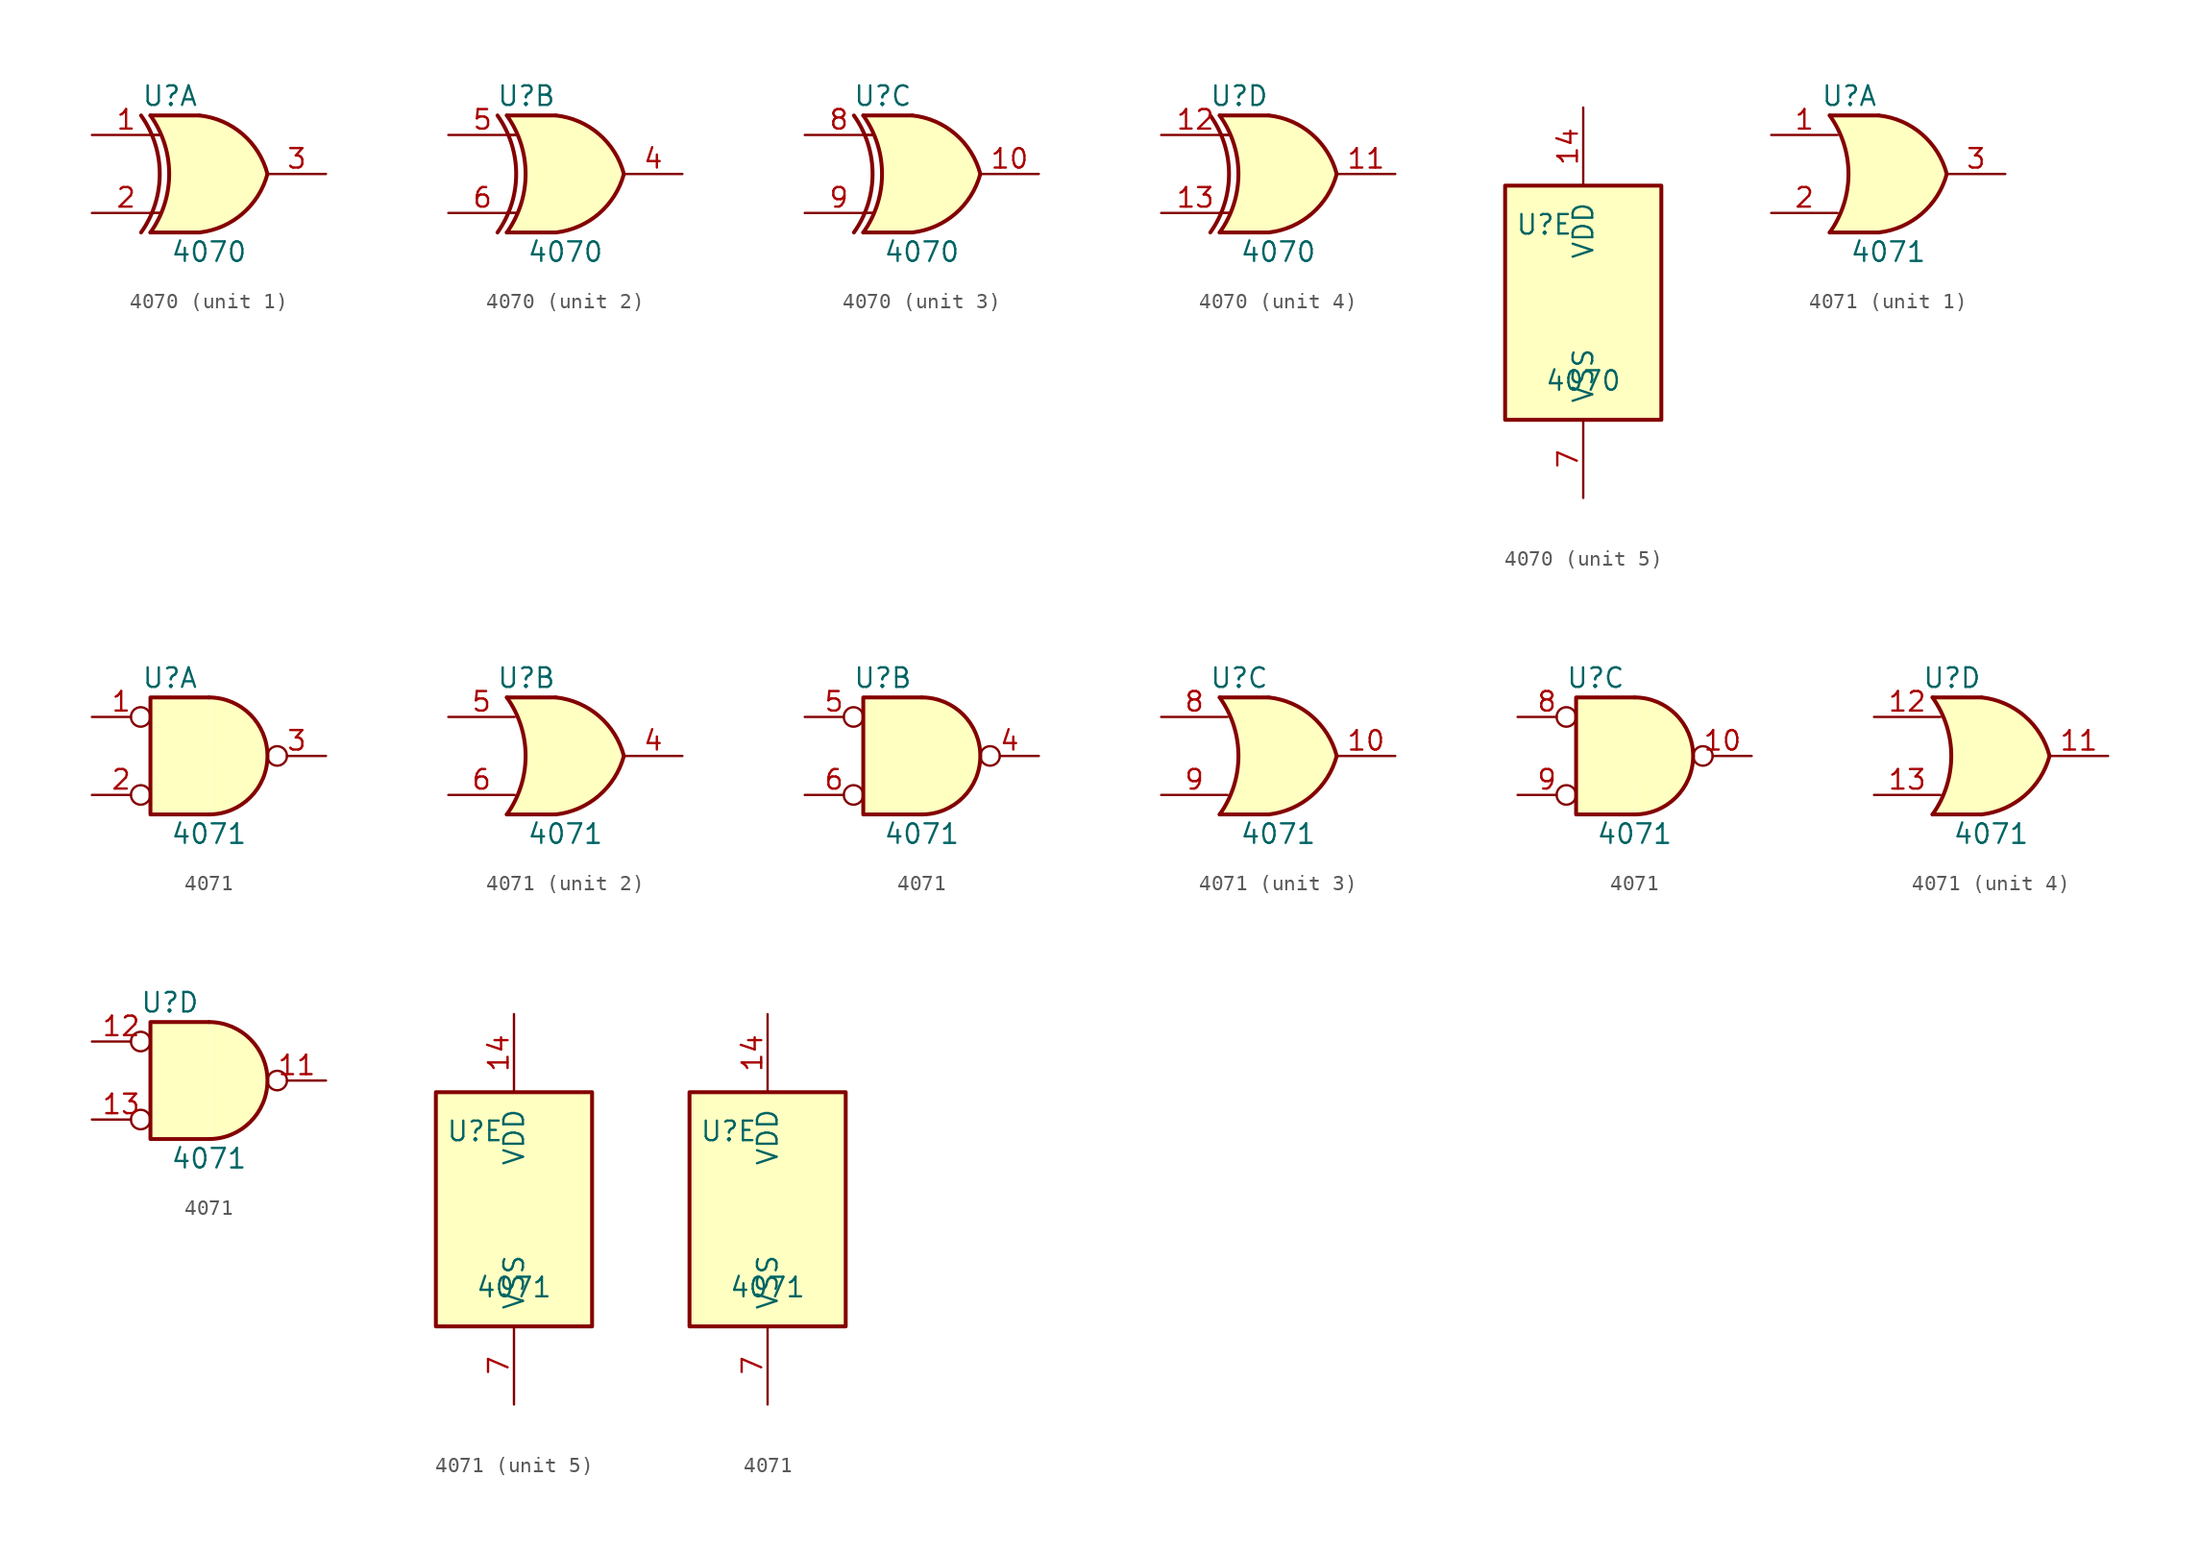
<source format=kicad_sym>
(kicad_symbol_lib
  (version 20211014)
  (generator kicad_symbol_editor)
  (symbol "4070"
    (pin_names
      (offset 1.016))
    (property "Reference" "U"
      (at -2.54 5.08 0)
      (effects (font (size 1.27 1.27))))
    (property "Value" "4070"
      (at 0 -5.08 0)
      (effects (font (size 1.27 1.27))))
    (property "ki_locked" ""
      (at 0 0 0)
      (effects (font (size 1.27 1.27))))
    (symbol "4070_1_0"
      (arc (start -4.4196 -3.81) (mid -3.2033 0) (end -4.4196 3.81) (stroke (width 0.254) (type default) (color 0 0 0 0)) (fill (type none)))
      (arc (start -3.81 -3.81) (mid -2.589 0) (end -3.81 3.81) (stroke (width 0.254) (type default) (color 0 0 0 0)) (fill (type none)))
      (arc (start -0.6096 -3.81) (mid 2.1842 -2.5851) (end 3.81 0) (stroke (width 0.254) (type default) (color 0 0 0 0)) (fill (type background)))
      (polyline (pts (xy -3.81 -3.81) (xy -0.635 -3.81)) (stroke (width 0.254) (type default) (color 0 0 0 0)) (fill (type background)))
      (polyline (pts (xy -3.81 3.81) (xy -0.635 3.81)) (stroke (width 0.254) (type default) (color 0 0 0 0)) (fill (type background)))
      (polyline (pts (xy -0.635 3.81) (xy -3.81 3.81) (xy -3.81 3.81) (xy -3.556 3.404) (xy -3.023 2.261) (xy -2.692 1.041) (xy -2.616 -0.254) (xy -2.769 -1.499) (xy -3.175 -2.718) (xy -3.81 -3.81) (xy -3.81 -3.81) (xy -0.635 -3.81)) (stroke (width -25.4) (type default) (color 0 0 0 0)) (fill (type background)))
      (arc (start 3.81 0) (mid 2.1915 2.5936) (end -0.6096 3.81) (stroke (width 0.254) (type default) (color 0 0 0 0)) (fill (type background)))
      (pin input line (at -7.62 2.54 0) (length 4.445) (name "~" (effects (font (size 1.27 1.27)))) (number "1" (effects (font (size 1.27 1.27)))))
      (pin input line (at -7.62 -2.54 0) (length 4.445) (name "~" (effects (font (size 1.27 1.27)))) (number "2" (effects (font (size 1.27 1.27)))))
      (pin output line (at 7.62 0 180) (length 3.81) (name "~" (effects (font (size 1.27 1.27)))) (number "3" (effects (font (size 1.27 1.27))))))
    (symbol "4070_1_1"
      (polyline (pts (xy -3.81 -2.54) (xy -3.175 -2.54)) (stroke (width 0.152) (type default) (color 0 0 0 0)) (fill (type none)))
      (polyline (pts (xy -3.81 2.54) (xy -3.175 2.54)) (stroke (width 0.152) (type default) (color 0 0 0 0)) (fill (type none))))
    (symbol "4070_2_0"
      (arc (start -4.4196 -3.81) (mid -3.2033 0) (end -4.4196 3.81) (stroke (width 0.254) (type default) (color 0 0 0 0)) (fill (type none)))
      (arc (start -3.81 -3.81) (mid -2.589 0) (end -3.81 3.81) (stroke (width 0.254) (type default) (color 0 0 0 0)) (fill (type none)))
      (arc (start -0.6096 -3.81) (mid 2.1842 -2.5851) (end 3.81 0) (stroke (width 0.254) (type default) (color 0 0 0 0)) (fill (type background)))
      (polyline (pts (xy -3.81 -3.81) (xy -0.635 -3.81)) (stroke (width 0.254) (type default) (color 0 0 0 0)) (fill (type background)))
      (polyline (pts (xy -3.81 3.81) (xy -0.635 3.81)) (stroke (width 0.254) (type default) (color 0 0 0 0)) (fill (type background)))
      (polyline (pts (xy -0.635 3.81) (xy -3.81 3.81) (xy -3.81 3.81) (xy -3.556 3.404) (xy -3.023 2.261) (xy -2.692 1.041) (xy -2.616 -0.254) (xy -2.769 -1.499) (xy -3.175 -2.718) (xy -3.81 -3.81) (xy -3.81 -3.81) (xy -0.635 -3.81)) (stroke (width -25.4) (type default) (color 0 0 0 0)) (fill (type background)))
      (arc (start 3.81 0) (mid 2.1915 2.5936) (end -0.6096 3.81) (stroke (width 0.254) (type default) (color 0 0 0 0)) (fill (type background)))
      (pin output line (at 7.62 0 180) (length 3.81) (name "~" (effects (font (size 1.27 1.27)))) (number "4" (effects (font (size 1.27 1.27)))))
      (pin input line (at -7.62 2.54 0) (length 4.445) (name "~" (effects (font (size 1.27 1.27)))) (number "5" (effects (font (size 1.27 1.27)))))
      (pin input line (at -7.62 -2.54 0) (length 4.445) (name "~" (effects (font (size 1.27 1.27)))) (number "6" (effects (font (size 1.27 1.27))))))
    (symbol "4070_2_1"
      (polyline (pts (xy -3.81 -2.54) (xy -3.175 -2.54)) (stroke (width 0.152) (type default) (color 0 0 0 0)) (fill (type none)))
      (polyline (pts (xy -3.81 2.54) (xy -3.175 2.54)) (stroke (width 0.152) (type default) (color 0 0 0 0)) (fill (type none))))
    (symbol "4070_3_0"
      (arc (start -4.4196 -3.81) (mid -3.2033 0) (end -4.4196 3.81) (stroke (width 0.254) (type default) (color 0 0 0 0)) (fill (type none)))
      (arc (start -3.81 -3.81) (mid -2.589 0) (end -3.81 3.81) (stroke (width 0.254) (type default) (color 0 0 0 0)) (fill (type none)))
      (arc (start -0.6096 -3.81) (mid 2.1842 -2.5851) (end 3.81 0) (stroke (width 0.254) (type default) (color 0 0 0 0)) (fill (type background)))
      (polyline (pts (xy -3.81 -3.81) (xy -0.635 -3.81)) (stroke (width 0.254) (type default) (color 0 0 0 0)) (fill (type background)))
      (polyline (pts (xy -3.81 3.81) (xy -0.635 3.81)) (stroke (width 0.254) (type default) (color 0 0 0 0)) (fill (type background)))
      (polyline (pts (xy -0.635 3.81) (xy -3.81 3.81) (xy -3.81 3.81) (xy -3.556 3.404) (xy -3.023 2.261) (xy -2.692 1.041) (xy -2.616 -0.254) (xy -2.769 -1.499) (xy -3.175 -2.718) (xy -3.81 -3.81) (xy -3.81 -3.81) (xy -0.635 -3.81)) (stroke (width -25.4) (type default) (color 0 0 0 0)) (fill (type background)))
      (arc (start 3.81 0) (mid 2.1915 2.5936) (end -0.6096 3.81) (stroke (width 0.254) (type default) (color 0 0 0 0)) (fill (type background)))
      (pin output line (at 7.62 0 180) (length 3.81) (name "~" (effects (font (size 1.27 1.27)))) (number "10" (effects (font (size 1.27 1.27)))))
      (pin input line (at -7.62 2.54 0) (length 4.445) (name "~" (effects (font (size 1.27 1.27)))) (number "8" (effects (font (size 1.27 1.27)))))
      (pin input line (at -7.62 -2.54 0) (length 4.445) (name "~" (effects (font (size 1.27 1.27)))) (number "9" (effects (font (size 1.27 1.27))))))
    (symbol "4070_3_1"
      (polyline (pts (xy -3.81 -2.54) (xy -3.175 -2.54)) (stroke (width 0.152) (type default) (color 0 0 0 0)) (fill (type none)))
      (polyline (pts (xy -3.81 2.54) (xy -3.175 2.54)) (stroke (width 0.152) (type default) (color 0 0 0 0)) (fill (type none))))
    (symbol "4070_4_0"
      (arc (start -4.4196 -3.81) (mid -3.2033 0) (end -4.4196 3.81) (stroke (width 0.254) (type default) (color 0 0 0 0)) (fill (type none)))
      (arc (start -3.81 -3.81) (mid -2.589 0) (end -3.81 3.81) (stroke (width 0.254) (type default) (color 0 0 0 0)) (fill (type none)))
      (arc (start -0.6096 -3.81) (mid 2.1842 -2.5851) (end 3.81 0) (stroke (width 0.254) (type default) (color 0 0 0 0)) (fill (type background)))
      (polyline (pts (xy -3.81 -3.81) (xy -0.635 -3.81)) (stroke (width 0.254) (type default) (color 0 0 0 0)) (fill (type background)))
      (polyline (pts (xy -3.81 3.81) (xy -0.635 3.81)) (stroke (width 0.254) (type default) (color 0 0 0 0)) (fill (type background)))
      (polyline (pts (xy -0.635 3.81) (xy -3.81 3.81) (xy -3.81 3.81) (xy -3.556 3.404) (xy -3.023 2.261) (xy -2.692 1.041) (xy -2.616 -0.254) (xy -2.769 -1.499) (xy -3.175 -2.718) (xy -3.81 -3.81) (xy -3.81 -3.81) (xy -0.635 -3.81)) (stroke (width -25.4) (type default) (color 0 0 0 0)) (fill (type background)))
      (arc (start 3.81 0) (mid 2.1915 2.5936) (end -0.6096 3.81) (stroke (width 0.254) (type default) (color 0 0 0 0)) (fill (type background)))
      (pin output line (at 7.62 0 180) (length 3.81) (name "~" (effects (font (size 1.27 1.27)))) (number "11" (effects (font (size 1.27 1.27)))))
      (pin input line (at -7.62 2.54 0) (length 4.445) (name "~" (effects (font (size 1.27 1.27)))) (number "12" (effects (font (size 1.27 1.27)))))
      (pin input line (at -7.62 -2.54 0) (length 4.445) (name "~" (effects (font (size 1.27 1.27)))) (number "13" (effects (font (size 1.27 1.27))))))
    (symbol "4070_4_1"
      (polyline (pts (xy -3.81 -2.54) (xy -3.175 -2.54)) (stroke (width 0.152) (type default) (color 0 0 0 0)) (fill (type none)))
      (polyline (pts (xy -3.81 2.54) (xy -3.175 2.54)) (stroke (width 0.152) (type default) (color 0 0 0 0)) (fill (type none))))
    (symbol "4070_5_0"
      (pin power_in line (at 0 12.7 270) (length 5.08) (name "VDD" (effects (font (size 1.27 1.27)))) (number "14" (effects (font (size 1.27 1.27)))))
      (pin power_in line (at 0 -12.7 90) (length 5.08) (name "VSS" (effects (font (size 1.27 1.27)))) (number "7" (effects (font (size 1.27 1.27))))))
    (symbol "4070_5_1"
      (rectangle (start -5.08 7.62) (end 5.08 -7.62) (stroke (width 0.254) (type default) (color 0 0 0 0)) (fill (type background)))))
  (symbol "4071"
    (pin_names
      (offset 1.016))
    (property "Reference" "U"
      (at -2.54 5.08 0)
      (effects (font (size 1.27 1.27))))
    (property "Value" "4071"
      (at 0 -5.08 0)
      (effects (font (size 1.27 1.27))))
    (property "ki_locked" ""
      (at 0 0 0)
      (effects (font (size 1.27 1.27))))
    (symbol "4071_1_1"
      (arc (start -3.81 -3.81) (mid -2.589 0) (end -3.81 3.81) (stroke (width 0.254) (type default) (color 0 0 0 0)) (fill (type none)))
      (arc (start -0.6096 -3.81) (mid 2.1842 -2.5851) (end 3.81 0) (stroke (width 0.254) (type default) (color 0 0 0 0)) (fill (type background)))
      (polyline (pts (xy -3.81 -3.81) (xy -0.635 -3.81)) (stroke (width 0.254) (type default) (color 0 0 0 0)) (fill (type background)))
      (polyline (pts (xy -3.81 3.81) (xy -0.635 3.81)) (stroke (width 0.254) (type default) (color 0 0 0 0)) (fill (type background)))
      (polyline (pts (xy -0.635 3.81) (xy -3.81 3.81) (xy -3.81 3.81) (xy -3.556 3.404) (xy -3.023 2.261) (xy -2.692 1.041) (xy -2.616 -0.254) (xy -2.769 -1.499) (xy -3.175 -2.718) (xy -3.81 -3.81) (xy -3.81 -3.81) (xy -0.635 -3.81)) (stroke (width -25.4) (type default) (color 0 0 0 0)) (fill (type background)))
      (arc (start 3.81 0) (mid 2.1915 2.5936) (end -0.6096 3.81) (stroke (width 0.254) (type default) (color 0 0 0 0)) (fill (type background)))
      (pin input line (at -7.62 2.54 0) (length 4.318) (name "~" (effects (font (size 1.27 1.27)))) (number "1" (effects (font (size 1.27 1.27)))))
      (pin input line (at -7.62 -2.54 0) (length 4.318) (name "~" (effects (font (size 1.27 1.27)))) (number "2" (effects (font (size 1.27 1.27)))))
      (pin output line (at 7.62 0 180) (length 3.81) (name "~" (effects (font (size 1.27 1.27)))) (number "3" (effects (font (size 1.27 1.27))))))
    (symbol "4071_1_2"
      (arc (start 0 -3.81) (mid 3.81 0) (end 0 3.81) (stroke (width 0.254) (type default) (color 0 0 0 0)) (fill (type background)))
      (polyline (pts (xy 0 3.81) (xy -3.81 3.81) (xy -3.81 -3.81) (xy 0 -3.81)) (stroke (width 0.254) (type default) (color 0 0 0 0)) (fill (type background)))
      (pin input inverted (at -7.62 2.54 0) (length 3.81) (name "~" (effects (font (size 1.27 1.27)))) (number "1" (effects (font (size 1.27 1.27)))))
      (pin input inverted (at -7.62 -2.54 0) (length 3.81) (name "~" (effects (font (size 1.27 1.27)))) (number "2" (effects (font (size 1.27 1.27)))))
      (pin output inverted (at 7.62 0 180) (length 3.81) (name "~" (effects (font (size 1.27 1.27)))) (number "3" (effects (font (size 1.27 1.27))))))
    (symbol "4071_2_1"
      (arc (start -3.81 -3.81) (mid -2.589 0) (end -3.81 3.81) (stroke (width 0.254) (type default) (color 0 0 0 0)) (fill (type none)))
      (arc (start -0.6096 -3.81) (mid 2.1842 -2.5851) (end 3.81 0) (stroke (width 0.254) (type default) (color 0 0 0 0)) (fill (type background)))
      (polyline (pts (xy -3.81 -3.81) (xy -0.635 -3.81)) (stroke (width 0.254) (type default) (color 0 0 0 0)) (fill (type background)))
      (polyline (pts (xy -3.81 3.81) (xy -0.635 3.81)) (stroke (width 0.254) (type default) (color 0 0 0 0)) (fill (type background)))
      (polyline (pts (xy -0.635 3.81) (xy -3.81 3.81) (xy -3.81 3.81) (xy -3.556 3.404) (xy -3.023 2.261) (xy -2.692 1.041) (xy -2.616 -0.254) (xy -2.769 -1.499) (xy -3.175 -2.718) (xy -3.81 -3.81) (xy -3.81 -3.81) (xy -0.635 -3.81)) (stroke (width -25.4) (type default) (color 0 0 0 0)) (fill (type background)))
      (arc (start 3.81 0) (mid 2.1915 2.5936) (end -0.6096 3.81) (stroke (width 0.254) (type default) (color 0 0 0 0)) (fill (type background)))
      (pin output line (at 7.62 0 180) (length 3.81) (name "~" (effects (font (size 1.27 1.27)))) (number "4" (effects (font (size 1.27 1.27)))))
      (pin input line (at -7.62 2.54 0) (length 4.318) (name "~" (effects (font (size 1.27 1.27)))) (number "5" (effects (font (size 1.27 1.27)))))
      (pin input line (at -7.62 -2.54 0) (length 4.318) (name "~" (effects (font (size 1.27 1.27)))) (number "6" (effects (font (size 1.27 1.27))))))
    (symbol "4071_2_2"
      (arc (start 0 -3.81) (mid 3.81 0) (end 0 3.81) (stroke (width 0.254) (type default) (color 0 0 0 0)) (fill (type background)))
      (polyline (pts (xy 0 3.81) (xy -3.81 3.81) (xy -3.81 -3.81) (xy 0 -3.81)) (stroke (width 0.254) (type default) (color 0 0 0 0)) (fill (type background)))
      (pin output inverted (at 7.62 0 180) (length 3.81) (name "~" (effects (font (size 1.27 1.27)))) (number "4" (effects (font (size 1.27 1.27)))))
      (pin input inverted (at -7.62 2.54 0) (length 3.81) (name "~" (effects (font (size 1.27 1.27)))) (number "5" (effects (font (size 1.27 1.27)))))
      (pin input inverted (at -7.62 -2.54 0) (length 3.81) (name "~" (effects (font (size 1.27 1.27)))) (number "6" (effects (font (size 1.27 1.27))))))
    (symbol "4071_3_1"
      (arc (start -3.81 -3.81) (mid -2.589 0) (end -3.81 3.81) (stroke (width 0.254) (type default) (color 0 0 0 0)) (fill (type none)))
      (arc (start -0.6096 -3.81) (mid 2.1842 -2.5851) (end 3.81 0) (stroke (width 0.254) (type default) (color 0 0 0 0)) (fill (type background)))
      (polyline (pts (xy -3.81 -3.81) (xy -0.635 -3.81)) (stroke (width 0.254) (type default) (color 0 0 0 0)) (fill (type background)))
      (polyline (pts (xy -3.81 3.81) (xy -0.635 3.81)) (stroke (width 0.254) (type default) (color 0 0 0 0)) (fill (type background)))
      (polyline (pts (xy -0.635 3.81) (xy -3.81 3.81) (xy -3.81 3.81) (xy -3.556 3.404) (xy -3.023 2.261) (xy -2.692 1.041) (xy -2.616 -0.254) (xy -2.769 -1.499) (xy -3.175 -2.718) (xy -3.81 -3.81) (xy -3.81 -3.81) (xy -0.635 -3.81)) (stroke (width -25.4) (type default) (color 0 0 0 0)) (fill (type background)))
      (arc (start 3.81 0) (mid 2.1915 2.5936) (end -0.6096 3.81) (stroke (width 0.254) (type default) (color 0 0 0 0)) (fill (type background)))
      (pin output line (at 7.62 0 180) (length 3.81) (name "~" (effects (font (size 1.27 1.27)))) (number "10" (effects (font (size 1.27 1.27)))))
      (pin input line (at -7.62 2.54 0) (length 4.318) (name "~" (effects (font (size 1.27 1.27)))) (number "8" (effects (font (size 1.27 1.27)))))
      (pin input line (at -7.62 -2.54 0) (length 4.318) (name "~" (effects (font (size 1.27 1.27)))) (number "9" (effects (font (size 1.27 1.27))))))
    (symbol "4071_3_2"
      (arc (start 0 -3.81) (mid 3.81 0) (end 0 3.81) (stroke (width 0.254) (type default) (color 0 0 0 0)) (fill (type background)))
      (polyline (pts (xy 0 3.81) (xy -3.81 3.81) (xy -3.81 -3.81) (xy 0 -3.81)) (stroke (width 0.254) (type default) (color 0 0 0 0)) (fill (type background)))
      (pin output inverted (at 7.62 0 180) (length 3.81) (name "~" (effects (font (size 1.27 1.27)))) (number "10" (effects (font (size 1.27 1.27)))))
      (pin input inverted (at -7.62 2.54 0) (length 3.81) (name "~" (effects (font (size 1.27 1.27)))) (number "8" (effects (font (size 1.27 1.27)))))
      (pin input inverted (at -7.62 -2.54 0) (length 3.81) (name "~" (effects (font (size 1.27 1.27)))) (number "9" (effects (font (size 1.27 1.27))))))
    (symbol "4071_4_1"
      (arc (start -3.81 -3.81) (mid -2.589 0) (end -3.81 3.81) (stroke (width 0.254) (type default) (color 0 0 0 0)) (fill (type none)))
      (arc (start -0.6096 -3.81) (mid 2.1842 -2.5851) (end 3.81 0) (stroke (width 0.254) (type default) (color 0 0 0 0)) (fill (type background)))
      (polyline (pts (xy -3.81 -3.81) (xy -0.635 -3.81)) (stroke (width 0.254) (type default) (color 0 0 0 0)) (fill (type background)))
      (polyline (pts (xy -3.81 3.81) (xy -0.635 3.81)) (stroke (width 0.254) (type default) (color 0 0 0 0)) (fill (type background)))
      (polyline (pts (xy -0.635 3.81) (xy -3.81 3.81) (xy -3.81 3.81) (xy -3.556 3.404) (xy -3.023 2.261) (xy -2.692 1.041) (xy -2.616 -0.254) (xy -2.769 -1.499) (xy -3.175 -2.718) (xy -3.81 -3.81) (xy -3.81 -3.81) (xy -0.635 -3.81)) (stroke (width -25.4) (type default) (color 0 0 0 0)) (fill (type background)))
      (arc (start 3.81 0) (mid 2.1915 2.5936) (end -0.6096 3.81) (stroke (width 0.254) (type default) (color 0 0 0 0)) (fill (type background)))
      (pin output line (at 7.62 0 180) (length 3.81) (name "~" (effects (font (size 1.27 1.27)))) (number "11" (effects (font (size 1.27 1.27)))))
      (pin input line (at -7.62 2.54 0) (length 4.318) (name "~" (effects (font (size 1.27 1.27)))) (number "12" (effects (font (size 1.27 1.27)))))
      (pin input line (at -7.62 -2.54 0) (length 4.318) (name "~" (effects (font (size 1.27 1.27)))) (number "13" (effects (font (size 1.27 1.27))))))
    (symbol "4071_4_2"
      (arc (start 0 -3.81) (mid 3.81 0) (end 0 3.81) (stroke (width 0.254) (type default) (color 0 0 0 0)) (fill (type background)))
      (polyline (pts (xy 0 3.81) (xy -3.81 3.81) (xy -3.81 -3.81) (xy 0 -3.81)) (stroke (width 0.254) (type default) (color 0 0 0 0)) (fill (type background)))
      (pin output inverted (at 7.62 0 180) (length 3.81) (name "~" (effects (font (size 1.27 1.27)))) (number "11" (effects (font (size 1.27 1.27)))))
      (pin input inverted (at -7.62 2.54 0) (length 3.81) (name "~" (effects (font (size 1.27 1.27)))) (number "12" (effects (font (size 1.27 1.27)))))
      (pin input inverted (at -7.62 -2.54 0) (length 3.81) (name "~" (effects (font (size 1.27 1.27)))) (number "13" (effects (font (size 1.27 1.27))))))
    (symbol "4071_5_0"
      (pin power_in line (at 0 12.7 270) (length 5.08) (name "VDD" (effects (font (size 1.27 1.27)))) (number "14" (effects (font (size 1.27 1.27)))))
      (pin power_in line (at 0 -12.7 90) (length 5.08) (name "VSS" (effects (font (size 1.27 1.27)))) (number "7" (effects (font (size 1.27 1.27))))))
    (symbol "4071_5_1"
      (rectangle (start -5.08 7.62) (end 5.08 -7.62) (stroke (width 0.254) (type default) (color 0 0 0 0)) (fill (type background))))
    (symbol "4071_5_2"
      (rectangle (start -5.08 7.62) (end 5.08 -7.62) (stroke (width 0.254) (type default) (color 0 0 0 0)) (fill (type background))))))
</source>
